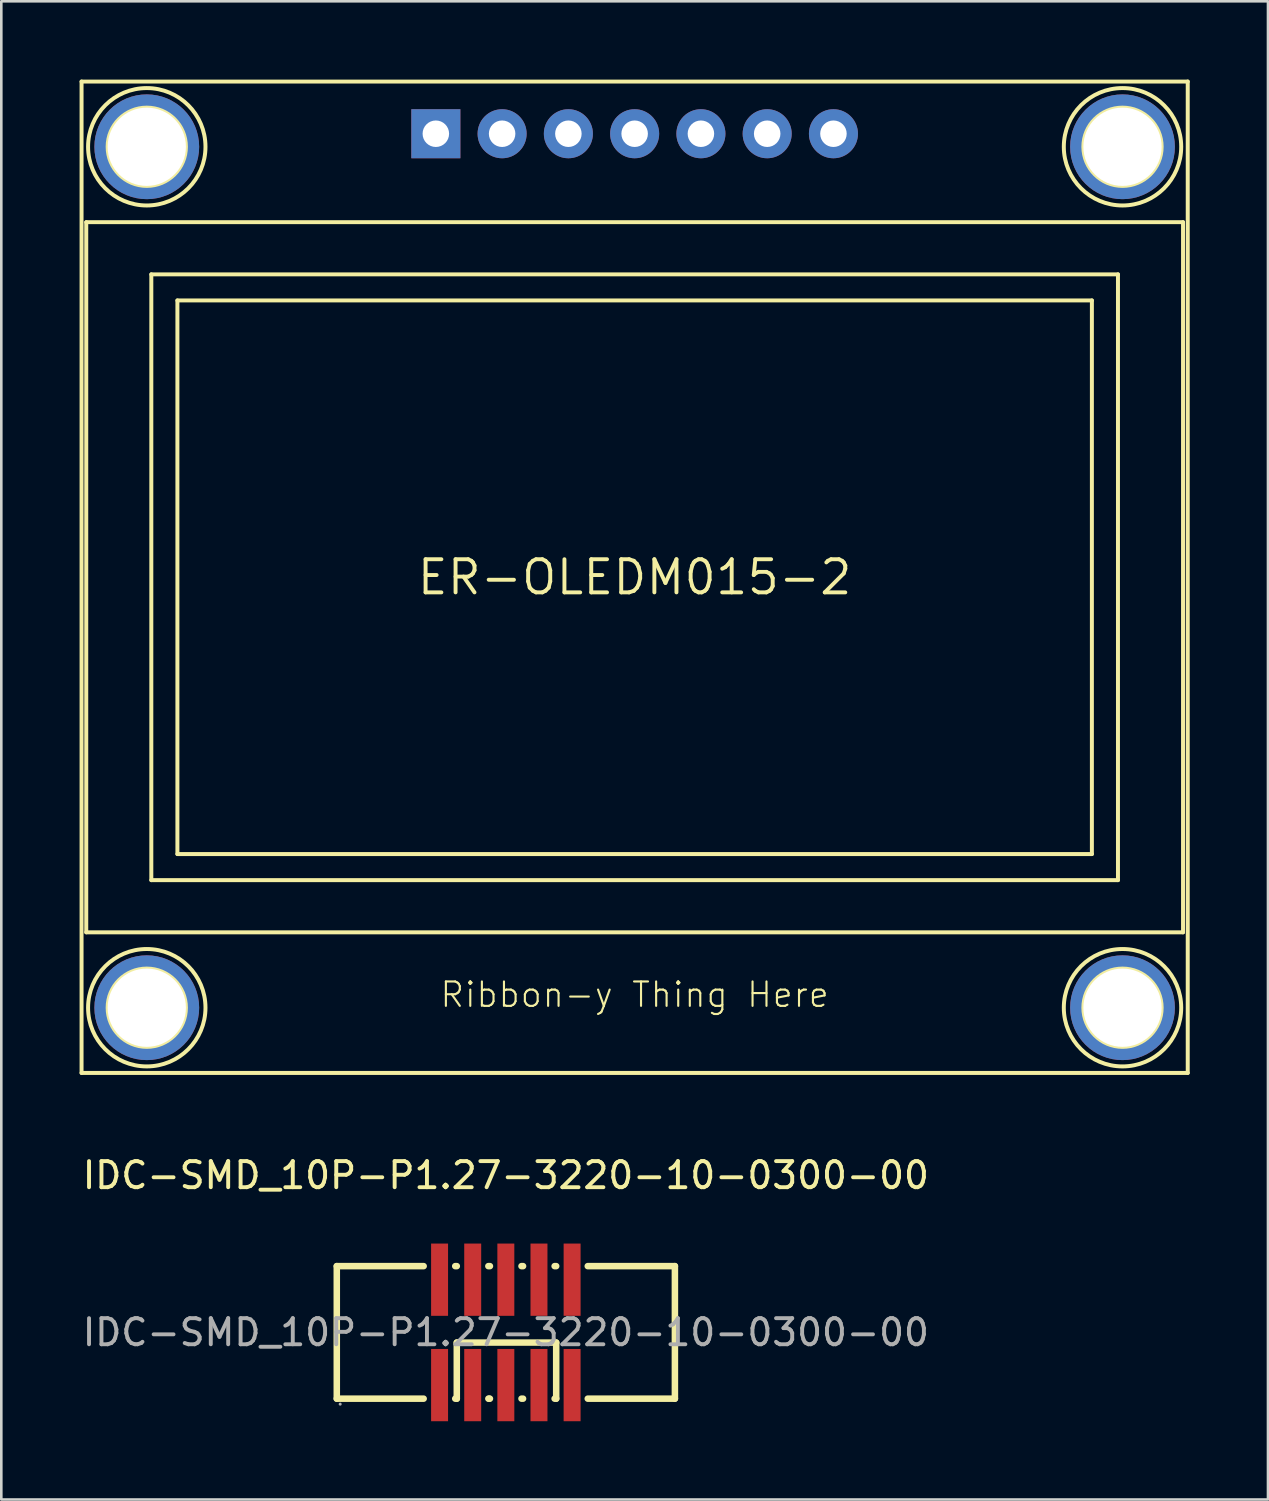
<source format=kicad_pcb>
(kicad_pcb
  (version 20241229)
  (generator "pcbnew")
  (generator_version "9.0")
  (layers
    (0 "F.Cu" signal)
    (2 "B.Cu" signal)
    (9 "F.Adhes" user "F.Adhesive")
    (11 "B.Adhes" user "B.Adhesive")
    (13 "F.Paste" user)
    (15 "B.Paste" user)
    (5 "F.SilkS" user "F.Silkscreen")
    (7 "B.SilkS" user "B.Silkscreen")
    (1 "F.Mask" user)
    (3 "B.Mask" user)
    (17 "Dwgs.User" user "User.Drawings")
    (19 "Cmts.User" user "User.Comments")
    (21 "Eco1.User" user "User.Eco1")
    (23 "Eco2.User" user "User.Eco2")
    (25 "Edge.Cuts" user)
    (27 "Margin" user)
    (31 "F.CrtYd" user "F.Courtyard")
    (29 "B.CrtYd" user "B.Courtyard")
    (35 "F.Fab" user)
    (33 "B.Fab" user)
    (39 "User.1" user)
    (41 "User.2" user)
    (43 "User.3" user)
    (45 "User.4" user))
  (footprint "IDC-SMD_10P-P1.27-3220-10-0300-00"
    (layer "F.Cu")
    (at 16.339 48.021)
    (property "Reference" "IDC-SMD_10P-P1.27-3220-10-0300-00" (at 0 -6.02 0) (layer "F.SilkS") (effects (font (size 1 1) (thickness 0.15))))
    (attr through_hole)
    (fp_line (start -6.48 -2.54) (end -3.15 -2.54) (stroke (width 0.25) (type solid)) (layer "F.SilkS"))
    (fp_line (start -6.48 2.54) (end -6.48 -2.54) (stroke (width 0.25) (type solid)) (layer "F.SilkS"))
    (fp_line (start -3.15 2.54) (end -6.48 2.54) (stroke (width 0.25) (type solid)) (layer "F.SilkS"))
    (fp_line (start -1.94 -2.54) (end -1.88 -2.54) (stroke (width 0.25) (type solid)) (layer "F.SilkS"))
    (fp_line (start -1.88 0.39) (end 1.93 0.39) (stroke (width 0.25) (type solid)) (layer "F.SilkS"))
    (fp_line (start -1.88 2.54) (end -1.94 2.54) (stroke (width 0.25) (type solid)) (layer "F.SilkS"))
    (fp_line (start -1.88 2.54) (end -1.88 0.39) (stroke (width 0.25) (type solid)) (layer "F.SilkS"))
    (fp_line (start -0.67 -2.54) (end -0.61 -2.54) (stroke (width 0.25) (type solid)) (layer "F.SilkS"))
    (fp_line (start -0.64 2.54) (end -0.67 2.54) (stroke (width 0.25) (type solid)) (layer "F.SilkS"))
    (fp_line (start -0.61 2.54) (end -0.64 2.54) (stroke (width 0.25) (type solid)) (layer "F.SilkS"))
    (fp_line (start 0.6 -2.54) (end 0.66 -2.54) (stroke (width 0.25) (type solid)) (layer "F.SilkS"))
    (fp_line (start 0.66 2.54) (end 0.6 2.54) (stroke (width 0.25) (type solid)) (layer "F.SilkS"))
    (fp_line (start 1.87 -2.54) (end 1.93 -2.54) (stroke (width 0.25) (type solid)) (layer "F.SilkS"))
    (fp_line (start 1.93 2.54) (end 1.87 2.54) (stroke (width 0.25) (type solid)) (layer "F.SilkS"))
    (fp_line (start 1.93 2.54) (end 1.93 0.39) (stroke (width 0.25) (type solid)) (layer "F.SilkS"))
    (fp_line (start 3.14 -2.54) (end 6.48 -2.54) (stroke (width 0.25) (type solid)) (layer "F.SilkS"))
    (fp_line (start 6.48 -2.54) (end 6.48 2.54) (stroke (width 0.25) (type solid)) (layer "F.SilkS"))
    (fp_line (start 6.48 2.54) (end 3.14 2.54) (stroke (width 0.25) (type solid)) (layer "F.SilkS"))
    (fp_circle (center -6.35 2.75) (end -6.32 2.75) (stroke (width 0.06) (type solid)) (fill no) (layer "F.Fab"))
    (fp_text user "${REFERENCE}" (at 0 0 0) (layer "F.Fab") (effects (font (size 1 1) (thickness 0.15))))
    (pad "1" smd rect (at -2.54 2.02) (size 0.65 2.77) (layers "F.Cu" "F.Mask" "F.Paste"))
    (pad "2" smd rect (at -2.54 -2.02) (size 0.65 2.77) (layers "F.Cu" "F.Mask" "F.Paste"))
    (pad "3" smd rect (at -1.27 2.02) (size 0.65 2.77) (layers "F.Cu" "F.Mask" "F.Paste"))
    (pad "4" smd rect (at -1.27 -2.02) (size 0.65 2.77) (layers "F.Cu" "F.Mask" "F.Paste"))
    (pad "5" smd rect (at 0 2.02) (size 0.65 2.77) (layers "F.Cu" "F.Mask" "F.Paste"))
    (pad "6" smd rect (at 0 -2.02) (size 0.65 2.77) (layers "F.Cu" "F.Mask" "F.Paste"))
    (pad "7" smd rect (at 1.27 2.02) (size 0.65 2.77) (layers "F.Cu" "F.Mask" "F.Paste"))
    (pad "8" smd rect (at 1.27 -2.02) (size 0.65 2.77) (layers "F.Cu" "F.Mask" "F.Paste"))
    (pad "9" smd rect (at 2.54 2.02) (size 0.65 2.77) (layers "F.Cu" "F.Mask" "F.Paste"))
    (pad "10" smd rect (at 2.54 -2.02) (size 0.65 2.77) (layers "F.Cu" "F.Mask" "F.Paste")))
  (footprint "ER-OLEDM015-2"
    (layer "F.Cu")
    (at 21.276 19.076)
    (property "Reference" "ER-OLEDM015-2" (at 0 0 0) (layer "F.SilkS") (effects (font (size 1.27 1.27) (thickness 0.15))))
    (fp_line (start -21.2 -19) (end -21.2 19) (stroke (width 0.152) (type solid)) (layer "F.SilkS"))
    (fp_line (start -21.2 -19) (end 21.2 -19) (stroke (width 0.152) (type solid)) (layer "F.SilkS"))
    (fp_line (start -21.2 19) (end 21.2 19) (stroke (width 0.152) (type solid)) (layer "F.SilkS"))
    (fp_line (start -21.02 -13.61) (end -21.02 13.61) (stroke (width 0.152) (type solid)) (layer "F.SilkS"))
    (fp_line (start -21.02 -13.61) (end 21.02 -13.61) (stroke (width 0.152) (type solid)) (layer "F.SilkS"))
    (fp_line (start -21.02 13.61) (end 21.02 13.61) (stroke (width 0.152) (type solid)) (layer "F.SilkS"))
    (fp_line (start -18.526 -11.61) (end 18.526 -11.61) (stroke (width 0.152) (type solid)) (layer "F.SilkS"))
    (fp_line (start -18.526 11.61) (end -18.526 -11.61) (stroke (width 0.152) (type solid)) (layer "F.SilkS"))
    (fp_line (start -17.526 -10.61) (end -17.526 10.61) (stroke (width 0.152) (type solid)) (layer "F.SilkS"))
    (fp_line (start -17.526 10.61) (end 17.526 10.61) (stroke (width 0.152) (type solid)) (layer "F.SilkS"))
    (fp_line (start 17.526 -10.61) (end -17.526 -10.61) (stroke (width 0.152) (type solid)) (layer "F.SilkS"))
    (fp_line (start 17.526 10.61) (end 17.526 -10.61) (stroke (width 0.152) (type solid)) (layer "F.SilkS"))
    (fp_line (start 18.526 -11.61) (end 18.526 11.61) (stroke (width 0.152) (type solid)) (layer "F.SilkS"))
    (fp_line (start 18.526 11.61) (end -18.526 11.61) (stroke (width 0.152) (type solid)) (layer "F.SilkS"))
    (fp_line (start 21.02 -13.61) (end 21.02 13.61) (stroke (width 0.152) (type solid)) (layer "F.SilkS"))
    (fp_line (start 21.2 19) (end 21.2 -19) (stroke (width 0.152) (type solid)) (layer "F.SilkS"))
    (fp_circle (center -18.7 -16.5) (end -17.2 -16.5) (stroke (width 0.152) (type solid)) (fill no) (layer "F.SilkS"))
    (fp_circle (center -18.7 -16.5) (end -16.45 -16.5) (stroke (width 0.152) (type solid)) (fill no) (layer "F.SilkS"))
    (fp_circle (center -18.7 16.5) (end -17.2 16.5) (stroke (width 0.152) (type solid)) (fill no) (layer "F.SilkS"))
    (fp_circle (center -18.7 16.5) (end -16.45 16.5) (stroke (width 0.152) (type solid)) (fill no) (layer "F.SilkS"))
    (fp_circle (center 18.7 -16.5) (end 20.2 -16.5) (stroke (width 0.152) (type solid)) (fill no) (layer "F.SilkS"))
    (fp_circle (center 18.7 -16.5) (end 20.95 -16.5) (stroke (width 0.152) (type solid)) (fill no) (layer "F.SilkS"))
    (fp_circle (center 18.7 16.5) (end 20.2 16.5) (stroke (width 0.152) (type solid)) (fill no) (layer "F.SilkS"))
    (fp_circle (center 18.7 16.5) (end 20.95 16.5) (stroke (width 0.152) (type solid)) (fill no) (layer "F.SilkS"))
    (fp_text user "Ribbon-y Thing Here" (at 0 16 0) (unlocked yes) (layer "F.SilkS") (effects (font (size 0.935 0.935) (thickness 0.081))))
    (pad "1" thru_hole rect (at -7.62 -17) (size 1.88 1.88) (drill 1.016) (layers "*.Cu" "*.Mask"))
    (pad "2" thru_hole circle (at -5.08 -17) (size 1.88 1.88) (drill 1.016) (layers "*.Cu" "*.Mask"))
    (pad "3" thru_hole circle (at -2.54 -17) (size 1.88 1.88) (drill 1.016) (layers "*.Cu" "*.Mask"))
    (pad "4" thru_hole circle (at 0 -17) (size 1.88 1.88) (drill 1.016) (layers "*.Cu" "*.Mask"))
    (pad "5" thru_hole circle (at 2.54 -17) (size 1.88 1.88) (drill 1.016) (layers "*.Cu" "*.Mask"))
    (pad "6" thru_hole circle (at 5.08 -17) (size 1.88 1.88) (drill 1.016) (layers "*.Cu" "*.Mask"))
    (pad "7" thru_hole circle (at 7.62 -17) (size 1.88 1.88) (drill 1.016) (layers "*.Cu" "*.Mask"))
    (pad "MNT1" thru_hole circle (at -18.7 -16.5) (size 4.016 4.016) (drill 3) (layers "*.Cu" "*.Mask"))
    (pad "MNT2" thru_hole circle (at 18.7 -16.5) (size 4.016 4.016) (drill 3) (layers "*.Cu" "*.Mask"))
    (pad "MNT3" thru_hole circle (at -18.7 16.5) (size 4.016 4.016) (drill 3) (layers "*.Cu" "*.Mask"))
    (pad "MNT4" thru_hole circle (at 18.7 16.5) (size 4.016 4.016) (drill 3) (layers "*.Cu" "*.Mask")))
  (gr_rect
    (start -3 -3)
    (end 45.552 54.426)
    (stroke (width 0.1) (type default))
    (fill no)
    (layer "Edge.Cuts")))
</source>
